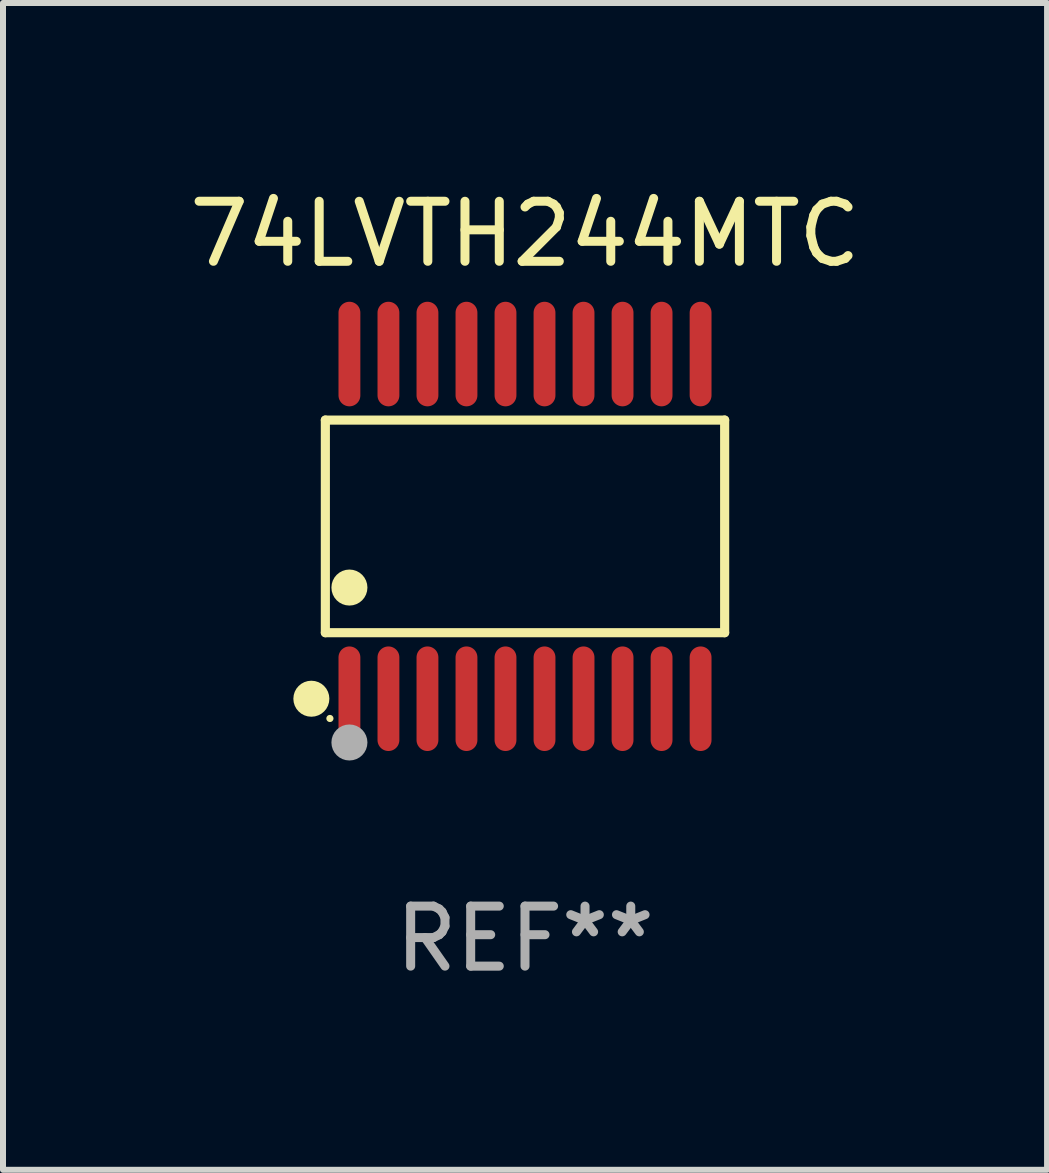
<source format=kicad_pcb>
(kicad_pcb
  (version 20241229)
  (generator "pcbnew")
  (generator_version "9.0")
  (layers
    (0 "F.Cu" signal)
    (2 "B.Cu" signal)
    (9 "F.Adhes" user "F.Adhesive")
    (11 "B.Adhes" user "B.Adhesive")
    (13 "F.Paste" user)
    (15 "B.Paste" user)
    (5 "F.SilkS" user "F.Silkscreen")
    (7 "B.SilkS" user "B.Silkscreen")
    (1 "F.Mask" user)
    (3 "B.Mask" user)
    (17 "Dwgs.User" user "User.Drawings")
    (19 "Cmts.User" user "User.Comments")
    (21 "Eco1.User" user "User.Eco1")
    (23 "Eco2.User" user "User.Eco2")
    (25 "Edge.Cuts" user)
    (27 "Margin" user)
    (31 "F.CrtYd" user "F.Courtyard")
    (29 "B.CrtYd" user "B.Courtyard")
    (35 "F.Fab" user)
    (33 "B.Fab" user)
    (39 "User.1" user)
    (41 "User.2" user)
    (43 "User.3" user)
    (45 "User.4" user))
  (footprint "74LVTH244MTC"
    (layer "F.Cu")
    (at 5.696 5.719)
    (property "Reference" "74LVTH244MTC" (at 0 -4.871 0) (layer "F.SilkS") (effects (font (size 1 1) (thickness 0.15))))
    (attr through_hole)
    (fp_line (start -3.326 -1.771) (end 3.326 -1.771) (stroke (width 0.152) (type solid)) (layer "F.SilkS"))
    (fp_line (start -3.326 1.771) (end -3.326 -1.771) (stroke (width 0.152) (type solid)) (layer "F.SilkS"))
    (fp_line (start 3.326 -1.771) (end 3.326 1.771) (stroke (width 0.152) (type solid)) (layer "F.SilkS"))
    (fp_line (start 3.326 1.771) (end -3.326 1.771) (stroke (width 0.152) (type solid)) (layer "F.SilkS"))
    (fp_circle (center -3.559 2.871) (end -3.409 2.871) (stroke (width 0.3) (type solid)) (fill no) (layer "F.SilkS"))
    (fp_circle (center -3.25 3.2) (end -3.22 3.2) (stroke (width 0.06) (type solid)) (fill no) (layer "F.SilkS"))
    (fp_circle (center -2.925 1.019) (end -2.775 1.019) (stroke (width 0.3) (type solid)) (fill no) (layer "F.SilkS"))
    (fp_circle (center -2.925 3.6) (end -2.775 3.6) (stroke (width 0.3) (type solid)) (fill no) (layer "F.Fab"))
    (fp_text user "REF**" (at 0 6.871 0) (layer "F.Fab") (effects (font (size 1 1) (thickness 0.15))))
    (pad "1" smd oval (at -2.925 2.871) (size 0.364 1.742) (layers "F.Cu" "F.Mask" "F.Paste"))
    (pad "2" smd oval (at -2.275 2.871) (size 0.364 1.742) (layers "F.Cu" "F.Mask" "F.Paste"))
    (pad "3" smd oval (at -1.625 2.871) (size 0.364 1.742) (layers "F.Cu" "F.Mask" "F.Paste"))
    (pad "4" smd oval (at -0.975 2.871) (size 0.364 1.742) (layers "F.Cu" "F.Mask" "F.Paste"))
    (pad "5" smd oval (at -0.325 2.871) (size 0.364 1.742) (layers "F.Cu" "F.Mask" "F.Paste"))
    (pad "6" smd oval (at 0.325 2.871) (size 0.364 1.742) (layers "F.Cu" "F.Mask" "F.Paste"))
    (pad "7" smd oval (at 0.975 2.871) (size 0.364 1.742) (layers "F.Cu" "F.Mask" "F.Paste"))
    (pad "8" smd oval (at 1.625 2.871) (size 0.364 1.742) (layers "F.Cu" "F.Mask" "F.Paste"))
    (pad "9" smd oval (at 2.275 2.871) (size 0.364 1.742) (layers "F.Cu" "F.Mask" "F.Paste"))
    (pad "10" smd oval (at 2.925 2.871) (size 0.364 1.742) (layers "F.Cu" "F.Mask" "F.Paste"))
    (pad "11" smd oval (at 2.925 -2.871) (size 0.364 1.742) (layers "F.Cu" "F.Mask" "F.Paste"))
    (pad "12" smd oval (at 2.275 -2.871) (size 0.364 1.742) (layers "F.Cu" "F.Mask" "F.Paste"))
    (pad "13" smd oval (at 1.625 -2.871) (size 0.364 1.742) (layers "F.Cu" "F.Mask" "F.Paste"))
    (pad "14" smd oval (at 0.975 -2.871) (size 0.364 1.742) (layers "F.Cu" "F.Mask" "F.Paste"))
    (pad "15" smd oval (at 0.325 -2.871) (size 0.364 1.742) (layers "F.Cu" "F.Mask" "F.Paste"))
    (pad "16" smd oval (at -0.325 -2.871) (size 0.364 1.742) (layers "F.Cu" "F.Mask" "F.Paste"))
    (pad "17" smd oval (at -0.975 -2.871) (size 0.364 1.742) (layers "F.Cu" "F.Mask" "F.Paste"))
    (pad "18" smd oval (at -1.625 -2.871) (size 0.364 1.742) (layers "F.Cu" "F.Mask" "F.Paste"))
    (pad "19" smd oval (at -2.275 -2.871) (size 0.364 1.742) (layers "F.Cu" "F.Mask" "F.Paste"))
    (pad "20" smd oval (at -2.925 -2.871) (size 0.364 1.742) (layers "F.Cu" "F.Mask" "F.Paste")))
  (gr_rect
    (start -3 -3)
    (end 14.393 16.438)
    (stroke (width 0.1) (type default))
    (fill no)
    (layer "Edge.Cuts")))
</source>
